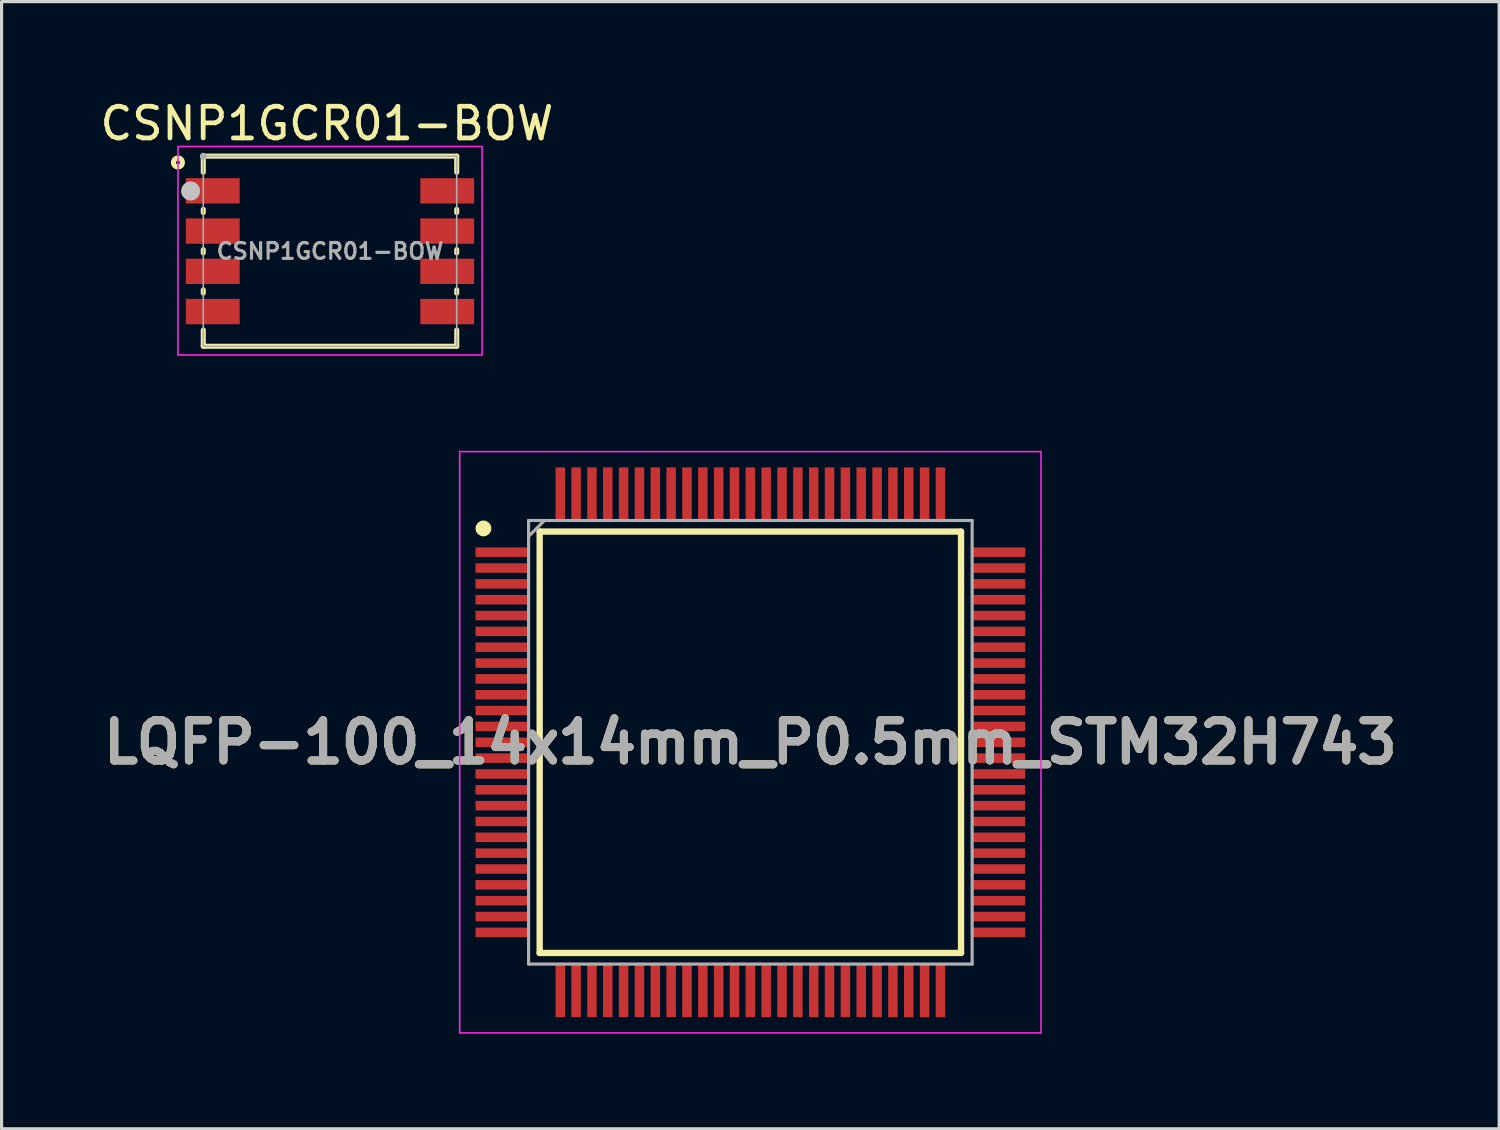
<source format=kicad_pcb>
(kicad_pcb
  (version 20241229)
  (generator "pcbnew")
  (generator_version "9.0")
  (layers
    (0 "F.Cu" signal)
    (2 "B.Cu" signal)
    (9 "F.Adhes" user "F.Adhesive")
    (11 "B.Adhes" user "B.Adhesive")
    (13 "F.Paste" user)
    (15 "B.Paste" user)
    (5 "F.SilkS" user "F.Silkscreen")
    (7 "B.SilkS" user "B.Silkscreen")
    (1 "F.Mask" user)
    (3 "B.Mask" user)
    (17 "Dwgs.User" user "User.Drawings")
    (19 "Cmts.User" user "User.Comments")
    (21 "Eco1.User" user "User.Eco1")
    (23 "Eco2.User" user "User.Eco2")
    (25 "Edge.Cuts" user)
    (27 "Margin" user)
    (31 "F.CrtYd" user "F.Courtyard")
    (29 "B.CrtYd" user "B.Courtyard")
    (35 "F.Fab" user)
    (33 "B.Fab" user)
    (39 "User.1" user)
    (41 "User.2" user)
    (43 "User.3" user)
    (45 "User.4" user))
  (footprint "LQFP-100_14x14mm_P0.5mm_STM32H743"
    (layer "F.Cu")
    (at 20.634 20.379)
    (property "Reference" "LQFP-100_14x14mm_P0.5mm_STM32H743" (at 0 0 0) (layer "F.SilkS") (effects (font (size 1.27 1.27) (thickness 0.254))))
    (attr smd)
    (fp_line (start -6.65 -6.65) (end 6.65 -6.65) (stroke (width 0.2) (type solid)) (layer "F.SilkS"))
    (fp_line (start -6.65 6.65) (end -6.65 -6.65) (stroke (width 0.2) (type solid)) (layer "F.SilkS"))
    (fp_line (start 6.65 -6.65) (end 6.65 6.65) (stroke (width 0.2) (type solid)) (layer "F.SilkS"))
    (fp_line (start 6.65 6.65) (end -6.65 6.65) (stroke (width 0.2) (type solid)) (layer "F.SilkS"))
    (fp_circle (center -8.425 -6.75) (end -8.425 -6.625) (stroke (width 0.25) (type solid)) (fill no) (layer "F.SilkS"))
    (fp_line (start -9.175 -9.175) (end 9.175 -9.175) (stroke (width 0.05) (type solid)) (layer "F.CrtYd"))
    (fp_line (start -9.175 9.175) (end -9.175 -9.175) (stroke (width 0.05) (type solid)) (layer "F.CrtYd"))
    (fp_line (start 9.175 -9.175) (end 9.175 9.175) (stroke (width 0.05) (type solid)) (layer "F.CrtYd"))
    (fp_line (start 9.175 9.175) (end -9.175 9.175) (stroke (width 0.05) (type solid)) (layer "F.CrtYd"))
    (fp_line (start -7 -7) (end 7 -7) (stroke (width 0.1) (type solid)) (layer "F.Fab"))
    (fp_line (start -7 -6.5) (end -6.5 -7) (stroke (width 0.1) (type solid)) (layer "F.Fab"))
    (fp_line (start -7 7) (end -7 -7) (stroke (width 0.1) (type solid)) (layer "F.Fab"))
    (fp_line (start 7 -7) (end 7 7) (stroke (width 0.1) (type solid)) (layer "F.Fab"))
    (fp_line (start 7 7) (end -7 7) (stroke (width 0.1) (type solid)) (layer "F.Fab"))
    (fp_text user "${REFERENCE}" (at 0 0 0) (layer "F.Fab") (effects (font (size 1.27 1.27) (thickness 0.254))))
    (pad "1" smd rect (at -7.838 -6 90) (size 0.3 1.675) (layers "F.Cu" "F.Mask" "F.Paste"))
    (pad "2" smd rect (at -7.838 -5.5 90) (size 0.3 1.675) (layers "F.Cu" "F.Mask" "F.Paste"))
    (pad "3" smd rect (at -7.838 -5 90) (size 0.3 1.675) (layers "F.Cu" "F.Mask" "F.Paste"))
    (pad "4" smd rect (at -7.838 -4.5 90) (size 0.3 1.675) (layers "F.Cu" "F.Mask" "F.Paste"))
    (pad "5" smd rect (at -7.838 -4 90) (size 0.3 1.675) (layers "F.Cu" "F.Mask" "F.Paste"))
    (pad "6" smd rect (at -7.838 -3.5 90) (size 0.3 1.675) (layers "F.Cu" "F.Mask" "F.Paste"))
    (pad "7" smd rect (at -7.838 -3 90) (size 0.3 1.675) (layers "F.Cu" "F.Mask" "F.Paste"))
    (pad "8" smd rect (at -7.838 -2.5 90) (size 0.3 1.675) (layers "F.Cu" "F.Mask" "F.Paste"))
    (pad "9" smd rect (at -7.838 -2 90) (size 0.3 1.675) (layers "F.Cu" "F.Mask" "F.Paste"))
    (pad "10" smd rect (at -7.838 -1.5 90) (size 0.3 1.675) (layers "F.Cu" "F.Mask" "F.Paste"))
    (pad "11" smd rect (at -7.838 -1 90) (size 0.3 1.675) (layers "F.Cu" "F.Mask" "F.Paste"))
    (pad "12" smd rect (at -7.838 -0.5 90) (size 0.3 1.675) (layers "F.Cu" "F.Mask" "F.Paste"))
    (pad "13" smd rect (at -7.838 0 90) (size 0.3 1.675) (layers "F.Cu" "F.Mask" "F.Paste"))
    (pad "14" smd rect (at -7.838 0.5 90) (size 0.3 1.675) (layers "F.Cu" "F.Mask" "F.Paste"))
    (pad "15" smd rect (at -7.838 1 90) (size 0.3 1.675) (layers "F.Cu" "F.Mask" "F.Paste"))
    (pad "16" smd rect (at -7.838 1.5 90) (size 0.3 1.675) (layers "F.Cu" "F.Mask" "F.Paste"))
    (pad "17" smd rect (at -7.838 2 90) (size 0.3 1.675) (layers "F.Cu" "F.Mask" "F.Paste"))
    (pad "18" smd rect (at -7.838 2.5 90) (size 0.3 1.675) (layers "F.Cu" "F.Mask" "F.Paste"))
    (pad "19" smd rect (at -7.838 3 90) (size 0.3 1.675) (layers "F.Cu" "F.Mask" "F.Paste"))
    (pad "20" smd rect (at -7.838 3.5 90) (size 0.3 1.675) (layers "F.Cu" "F.Mask" "F.Paste"))
    (pad "21" smd rect (at -7.838 4 90) (size 0.3 1.675) (layers "F.Cu" "F.Mask" "F.Paste"))
    (pad "22" smd rect (at -7.838 4.5 90) (size 0.3 1.675) (layers "F.Cu" "F.Mask" "F.Paste"))
    (pad "23" smd rect (at -7.838 5 90) (size 0.3 1.675) (layers "F.Cu" "F.Mask" "F.Paste"))
    (pad "24" smd rect (at -7.838 5.5 90) (size 0.3 1.675) (layers "F.Cu" "F.Mask" "F.Paste"))
    (pad "25" smd rect (at -7.838 6 90) (size 0.3 1.675) (layers "F.Cu" "F.Mask" "F.Paste"))
    (pad "26" smd rect (at -6 7.838) (size 0.3 1.675) (layers "F.Cu" "F.Mask" "F.Paste"))
    (pad "27" smd rect (at -5.5 7.838) (size 0.3 1.675) (layers "F.Cu" "F.Mask" "F.Paste"))
    (pad "28" smd rect (at -5 7.838) (size 0.3 1.675) (layers "F.Cu" "F.Mask" "F.Paste"))
    (pad "29" smd rect (at -4.5 7.838) (size 0.3 1.675) (layers "F.Cu" "F.Mask" "F.Paste"))
    (pad "30" smd rect (at -4 7.838) (size 0.3 1.675) (layers "F.Cu" "F.Mask" "F.Paste"))
    (pad "31" smd rect (at -3.5 7.838) (size 0.3 1.675) (layers "F.Cu" "F.Mask" "F.Paste"))
    (pad "32" smd rect (at -3 7.838) (size 0.3 1.675) (layers "F.Cu" "F.Mask" "F.Paste"))
    (pad "33" smd rect (at -2.5 7.838) (size 0.3 1.675) (layers "F.Cu" "F.Mask" "F.Paste"))
    (pad "34" smd rect (at -2 7.838) (size 0.3 1.675) (layers "F.Cu" "F.Mask" "F.Paste"))
    (pad "35" smd rect (at -1.5 7.838) (size 0.3 1.675) (layers "F.Cu" "F.Mask" "F.Paste"))
    (pad "36" smd rect (at -1 7.838) (size 0.3 1.675) (layers "F.Cu" "F.Mask" "F.Paste"))
    (pad "37" smd rect (at -0.5 7.838) (size 0.3 1.675) (layers "F.Cu" "F.Mask" "F.Paste"))
    (pad "38" smd rect (at 0 7.838) (size 0.3 1.675) (layers "F.Cu" "F.Mask" "F.Paste"))
    (pad "39" smd rect (at 0.5 7.838) (size 0.3 1.675) (layers "F.Cu" "F.Mask" "F.Paste"))
    (pad "40" smd rect (at 1 7.838) (size 0.3 1.675) (layers "F.Cu" "F.Mask" "F.Paste"))
    (pad "41" smd rect (at 1.5 7.838) (size 0.3 1.675) (layers "F.Cu" "F.Mask" "F.Paste"))
    (pad "42" smd rect (at 2 7.838) (size 0.3 1.675) (layers "F.Cu" "F.Mask" "F.Paste"))
    (pad "43" smd rect (at 2.5 7.838) (size 0.3 1.675) (layers "F.Cu" "F.Mask" "F.Paste"))
    (pad "44" smd rect (at 3 7.838) (size 0.3 1.675) (layers "F.Cu" "F.Mask" "F.Paste"))
    (pad "45" smd rect (at 3.5 7.838) (size 0.3 1.675) (layers "F.Cu" "F.Mask" "F.Paste"))
    (pad "46" smd rect (at 4 7.838) (size 0.3 1.675) (layers "F.Cu" "F.Mask" "F.Paste"))
    (pad "47" smd rect (at 4.5 7.838) (size 0.3 1.675) (layers "F.Cu" "F.Mask" "F.Paste"))
    (pad "48" smd rect (at 5 7.838) (size 0.3 1.675) (layers "F.Cu" "F.Mask" "F.Paste"))
    (pad "49" smd rect (at 5.5 7.838) (size 0.3 1.675) (layers "F.Cu" "F.Mask" "F.Paste"))
    (pad "50" smd rect (at 6 7.838) (size 0.3 1.675) (layers "F.Cu" "F.Mask" "F.Paste"))
    (pad "51" smd rect (at 7.838 6 90) (size 0.3 1.675) (layers "F.Cu" "F.Mask" "F.Paste"))
    (pad "52" smd rect (at 7.838 5.5 90) (size 0.3 1.675) (layers "F.Cu" "F.Mask" "F.Paste"))
    (pad "53" smd rect (at 7.838 5 90) (size 0.3 1.675) (layers "F.Cu" "F.Mask" "F.Paste"))
    (pad "54" smd rect (at 7.838 4.5 90) (size 0.3 1.675) (layers "F.Cu" "F.Mask" "F.Paste"))
    (pad "55" smd rect (at 7.838 4 90) (size 0.3 1.675) (layers "F.Cu" "F.Mask" "F.Paste"))
    (pad "56" smd rect (at 7.838 3.5 90) (size 0.3 1.675) (layers "F.Cu" "F.Mask" "F.Paste"))
    (pad "57" smd rect (at 7.838 3 90) (size 0.3 1.675) (layers "F.Cu" "F.Mask" "F.Paste"))
    (pad "58" smd rect (at 7.838 2.5 90) (size 0.3 1.675) (layers "F.Cu" "F.Mask" "F.Paste"))
    (pad "59" smd rect (at 7.838 2 90) (size 0.3 1.675) (layers "F.Cu" "F.Mask" "F.Paste"))
    (pad "60" smd rect (at 7.838 1.5 90) (size 0.3 1.675) (layers "F.Cu" "F.Mask" "F.Paste"))
    (pad "61" smd rect (at 7.838 1 90) (size 0.3 1.675) (layers "F.Cu" "F.Mask" "F.Paste"))
    (pad "62" smd rect (at 7.838 0.5 90) (size 0.3 1.675) (layers "F.Cu" "F.Mask" "F.Paste"))
    (pad "63" smd rect (at 7.838 0 90) (size 0.3 1.675) (layers "F.Cu" "F.Mask" "F.Paste"))
    (pad "64" smd rect (at 7.838 -0.5 90) (size 0.3 1.675) (layers "F.Cu" "F.Mask" "F.Paste"))
    (pad "65" smd rect (at 7.838 -1 90) (size 0.3 1.675) (layers "F.Cu" "F.Mask" "F.Paste"))
    (pad "66" smd rect (at 7.838 -1.5 90) (size 0.3 1.675) (layers "F.Cu" "F.Mask" "F.Paste"))
    (pad "67" smd rect (at 7.838 -2 90) (size 0.3 1.675) (layers "F.Cu" "F.Mask" "F.Paste"))
    (pad "68" smd rect (at 7.838 -2.5 90) (size 0.3 1.675) (layers "F.Cu" "F.Mask" "F.Paste"))
    (pad "69" smd rect (at 7.838 -3 90) (size 0.3 1.675) (layers "F.Cu" "F.Mask" "F.Paste"))
    (pad "70" smd rect (at 7.838 -3.5 90) (size 0.3 1.675) (layers "F.Cu" "F.Mask" "F.Paste"))
    (pad "71" smd rect (at 7.838 -4 90) (size 0.3 1.675) (layers "F.Cu" "F.Mask" "F.Paste"))
    (pad "72" smd rect (at 7.838 -4.5 90) (size 0.3 1.675) (layers "F.Cu" "F.Mask" "F.Paste"))
    (pad "73" smd rect (at 7.838 -5 90) (size 0.3 1.675) (layers "F.Cu" "F.Mask" "F.Paste"))
    (pad "74" smd rect (at 7.838 -5.5 90) (size 0.3 1.675) (layers "F.Cu" "F.Mask" "F.Paste"))
    (pad "75" smd rect (at 7.838 -6 90) (size 0.3 1.675) (layers "F.Cu" "F.Mask" "F.Paste"))
    (pad "76" smd rect (at 6 -7.838) (size 0.3 1.675) (layers "F.Cu" "F.Mask" "F.Paste"))
    (pad "77" smd rect (at 5.5 -7.838) (size 0.3 1.675) (layers "F.Cu" "F.Mask" "F.Paste"))
    (pad "78" smd rect (at 5 -7.838) (size 0.3 1.675) (layers "F.Cu" "F.Mask" "F.Paste"))
    (pad "79" smd rect (at 4.5 -7.838) (size 0.3 1.675) (layers "F.Cu" "F.Mask" "F.Paste"))
    (pad "80" smd rect (at 4 -7.838) (size 0.3 1.675) (layers "F.Cu" "F.Mask" "F.Paste"))
    (pad "81" smd rect (at 3.5 -7.838) (size 0.3 1.675) (layers "F.Cu" "F.Mask" "F.Paste"))
    (pad "82" smd rect (at 3 -7.838) (size 0.3 1.675) (layers "F.Cu" "F.Mask" "F.Paste"))
    (pad "83" smd rect (at 2.5 -7.838) (size 0.3 1.675) (layers "F.Cu" "F.Mask" "F.Paste"))
    (pad "84" smd rect (at 2 -7.838) (size 0.3 1.675) (layers "F.Cu" "F.Mask" "F.Paste"))
    (pad "85" smd rect (at 1.5 -7.838) (size 0.3 1.675) (layers "F.Cu" "F.Mask" "F.Paste"))
    (pad "86" smd rect (at 1 -7.838) (size 0.3 1.675) (layers "F.Cu" "F.Mask" "F.Paste"))
    (pad "87" smd rect (at 0.5 -7.838) (size 0.3 1.675) (layers "F.Cu" "F.Mask" "F.Paste"))
    (pad "88" smd rect (at 0 -7.838) (size 0.3 1.675) (layers "F.Cu" "F.Mask" "F.Paste"))
    (pad "89" smd rect (at -0.5 -7.838) (size 0.3 1.675) (layers "F.Cu" "F.Mask" "F.Paste"))
    (pad "90" smd rect (at -1 -7.838) (size 0.3 1.675) (layers "F.Cu" "F.Mask" "F.Paste"))
    (pad "91" smd rect (at -1.5 -7.838) (size 0.3 1.675) (layers "F.Cu" "F.Mask" "F.Paste"))
    (pad "92" smd rect (at -2 -7.838) (size 0.3 1.675) (layers "F.Cu" "F.Mask" "F.Paste"))
    (pad "93" smd rect (at -2.5 -7.838) (size 0.3 1.675) (layers "F.Cu" "F.Mask" "F.Paste"))
    (pad "94" smd rect (at -3 -7.838) (size 0.3 1.675) (layers "F.Cu" "F.Mask" "F.Paste"))
    (pad "95" smd rect (at -3.5 -7.838) (size 0.3 1.675) (layers "F.Cu" "F.Mask" "F.Paste"))
    (pad "96" smd rect (at -4 -7.838) (size 0.3 1.675) (layers "F.Cu" "F.Mask" "F.Paste"))
    (pad "97" smd rect (at -4.5 -7.838) (size 0.3 1.675) (layers "F.Cu" "F.Mask" "F.Paste"))
    (pad "98" smd rect (at -5 -7.838) (size 0.3 1.675) (layers "F.Cu" "F.Mask" "F.Paste"))
    (pad "99" smd rect (at -5.5 -7.838) (size 0.3 1.675) (layers "F.Cu" "F.Mask" "F.Paste"))
    (pad "100" smd rect (at -6 -7.838) (size 0.3 1.675) (layers "F.Cu" "F.Mask" "F.Paste")))
  (footprint "CSNP1GCR01-BOW"
    (layer "F.Cu")
    (at 7.366 4.879)
    (property "Reference" "CSNP1GCR01-BOW" (at -0.098 -4.03 0) (layer "F.SilkS") (effects (font (size 1 1) (thickness 0.15))))
    (fp_line (start -4 -3) (end -4 -2.49) (stroke (width 0.16) (type default)) (layer "F.SilkS"))
    (fp_line (start -4 -3) (end 4 -3) (stroke (width 0.16) (type default)) (layer "F.SilkS"))
    (fp_line (start -4 -1.321) (end -4 -1.22) (stroke (width 0.16) (type default)) (layer "F.SilkS"))
    (fp_line (start -4 -0.051) (end -4 0.051) (stroke (width 0.16) (type default)) (layer "F.SilkS"))
    (fp_line (start -4 1.219) (end -4 1.321) (stroke (width 0.16) (type default)) (layer "F.SilkS"))
    (fp_line (start -4 2.489) (end -4 3) (stroke (width 0.16) (type default)) (layer "F.SilkS"))
    (fp_line (start -4 3) (end 4 3) (stroke (width 0.16) (type default)) (layer "F.SilkS"))
    (fp_line (start 4 -3) (end 4 -2.49) (stroke (width 0.16) (type default)) (layer "F.SilkS"))
    (fp_line (start 4 -1.321) (end 4 -1.22) (stroke (width 0.16) (type default)) (layer "F.SilkS"))
    (fp_line (start 4 -0.051) (end 4 0.051) (stroke (width 0.16) (type default)) (layer "F.SilkS"))
    (fp_line (start 4 1.219) (end 4 1.321) (stroke (width 0.16) (type default)) (layer "F.SilkS"))
    (fp_line (start 4 2.489) (end 4 3) (stroke (width 0.16) (type default)) (layer "F.SilkS"))
    (fp_circle (center -4.8 -2.8) (end -4.659 -2.8) (stroke (width 0.16) (type default)) (fill no) (layer "F.SilkS"))
    (fp_circle (center -4.4 -1.9) (end -4.25 -1.9) (stroke (width 0.3) (type default)) (fill no) (layer "Dwgs.User"))
    (fp_rect (start -4.8 -3.305) (end 4.8 3.276) (stroke (width 0.05) (type default)) (fill no) (layer "F.CrtYd"))
    (fp_line (start -4 -3) (end 4 -3) (stroke (width 0.051) (type default)) (layer "F.Fab"))
    (fp_line (start -4 3) (end -4 -3) (stroke (width 0.051) (type default)) (layer "F.Fab"))
    (fp_line (start 4 -3) (end 4 3) (stroke (width 0.051) (type default)) (layer "F.Fab"))
    (fp_line (start 4 3) (end -4 3) (stroke (width 0.051) (type default)) (layer "F.Fab"))
    (fp_poly (pts (xy -3.945 -3.023) (xy -3.977 -3.055) (xy -4.023 -3.055) (xy -4.055 -3.023) (xy -4.055 -2.977) (xy -4.023 -2.945) (xy -3.977 -2.945) (xy -3.945 -2.977)) (stroke (width 0.1) (type default)) (fill no) (layer "F.Fab"))
    (fp_poly (pts (xy -4 -2.28) (xy -3.25 -2.28) (xy -3.25 -1.53) (xy -4 -1.53)) (stroke (width 0.1) (type default)) (fill no) (layer "User.1"))
    (fp_poly (pts (xy -4 -1.01) (xy -3.25 -1.01) (xy -3.25 -0.26) (xy -4 -0.26)) (stroke (width 0.1) (type default)) (fill no) (layer "User.1"))
    (fp_poly (pts (xy -4 0.26) (xy -3.25 0.26) (xy -3.25 1.01) (xy -4 1.01)) (stroke (width 0.1) (type default)) (fill no) (layer "User.1"))
    (fp_poly (pts (xy -4 1.53) (xy -3.25 1.53) (xy -3.25 2.28) (xy -4 2.28)) (stroke (width 0.1) (type default)) (fill no) (layer "User.1"))
    (fp_poly (pts (xy 3.25 -2.28) (xy 4 -2.28) (xy 4 -1.53) (xy 3.25 -1.53)) (stroke (width 0.1) (type default)) (fill no) (layer "User.1"))
    (fp_poly (pts (xy 3.25 -1.01) (xy 4 -1.01) (xy 4 -0.26) (xy 3.25 -0.26)) (stroke (width 0.1) (type default)) (fill no) (layer "User.1"))
    (fp_poly (pts (xy 3.25 0.26) (xy 4 0.26) (xy 4 1.01) (xy 3.25 1.01)) (stroke (width 0.1) (type default)) (fill no) (layer "User.1"))
    (fp_poly (pts (xy 3.25 1.53) (xy 4 1.53) (xy 4 2.28) (xy 3.25 2.28)) (stroke (width 0.1) (type default)) (fill no) (layer "User.1"))
    (fp_text user "${REFERENCE}" (at 0 0 0) (layer "F.Fab") (effects (font (size 0.5 0.5) (thickness 0.1))))
    (pad "1" smd rect (at -3.7 -1.905) (size 1.7 0.8) (layers "F.Cu" "F.Mask" "F.Paste"))
    (pad "2" smd rect (at -3.7 -0.635) (size 1.7 0.8) (layers "F.Cu" "F.Mask" "F.Paste"))
    (pad "3" smd rect (at -3.7 0.635) (size 1.7 0.8) (layers "F.Cu" "F.Mask" "F.Paste"))
    (pad "4" smd rect (at -3.7 1.905) (size 1.7 0.8) (layers "F.Cu" "F.Mask" "F.Paste"))
    (pad "5" smd rect (at 3.7 1.905) (size 1.7 0.8) (layers "F.Cu" "F.Mask" "F.Paste"))
    (pad "6" smd rect (at 3.7 0.635) (size 1.7 0.8) (layers "F.Cu" "F.Mask" "F.Paste"))
    (pad "7" smd rect (at 3.7 -0.635) (size 1.7 0.8) (layers "F.Cu" "F.Mask" "F.Paste"))
    (pad "8" smd rect (at 3.7 -1.905) (size 1.7 0.8) (layers "F.Cu" "F.Mask" "F.Paste")))
  (gr_rect
    (start -3 -3)
    (end 44.269 32.579)
    (stroke (width 0.1) (type default))
    (fill no)
    (layer "Edge.Cuts")))
</source>
